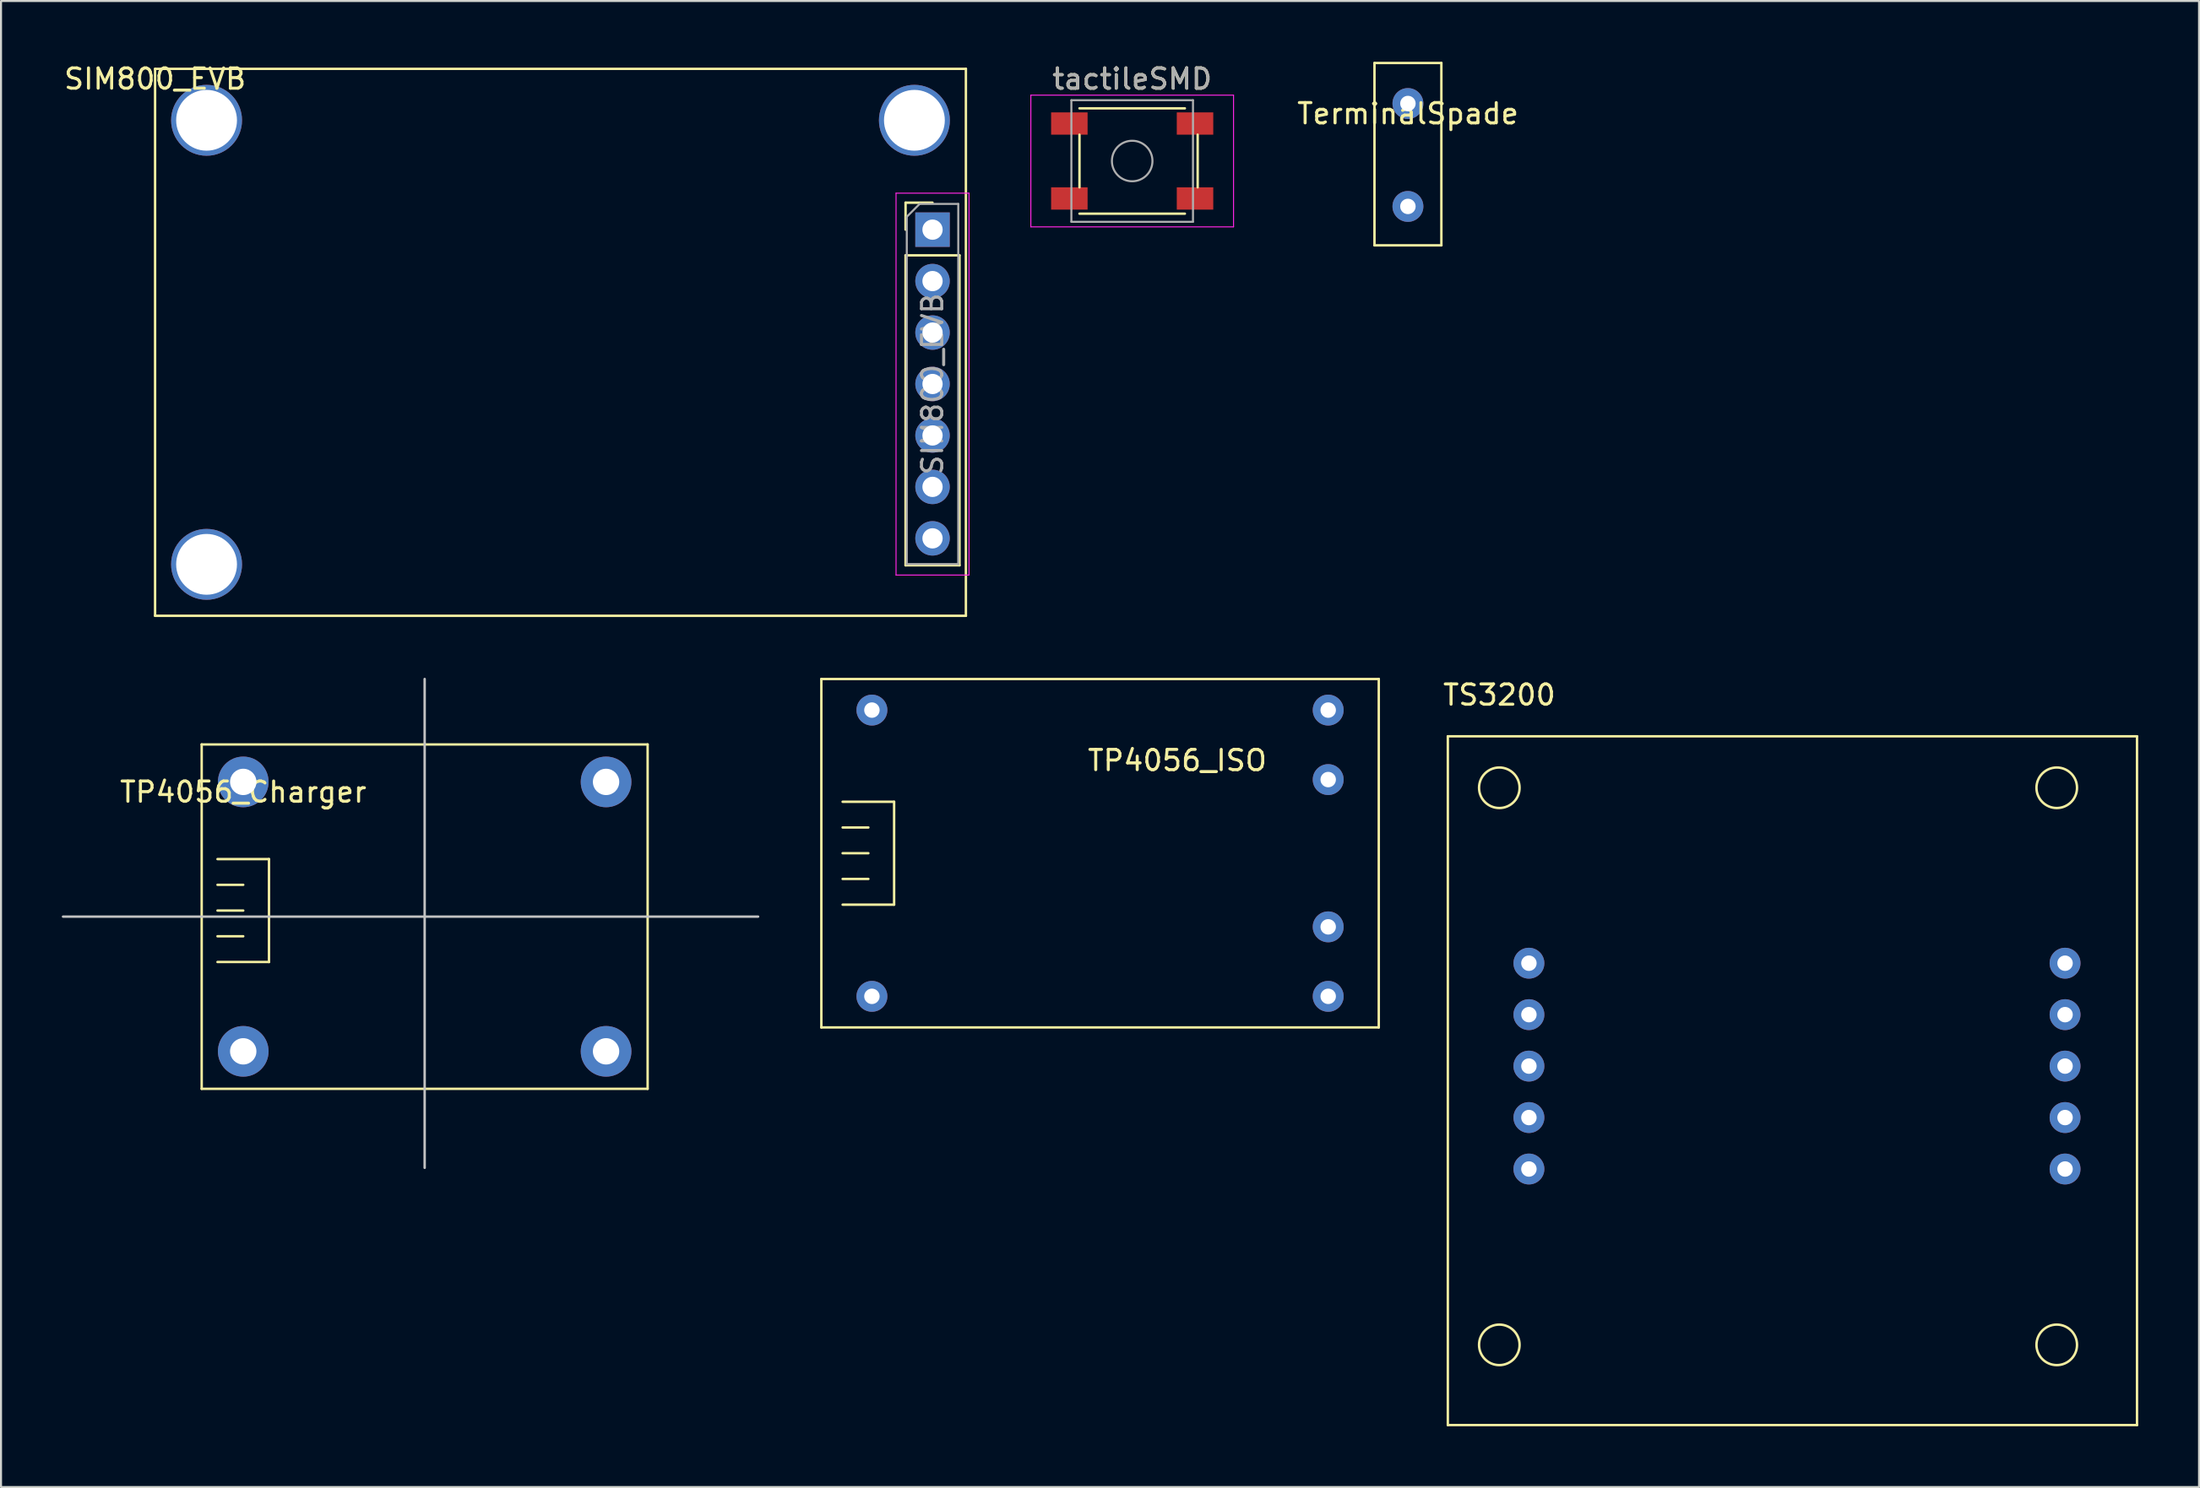
<source format=kicad_pcb>
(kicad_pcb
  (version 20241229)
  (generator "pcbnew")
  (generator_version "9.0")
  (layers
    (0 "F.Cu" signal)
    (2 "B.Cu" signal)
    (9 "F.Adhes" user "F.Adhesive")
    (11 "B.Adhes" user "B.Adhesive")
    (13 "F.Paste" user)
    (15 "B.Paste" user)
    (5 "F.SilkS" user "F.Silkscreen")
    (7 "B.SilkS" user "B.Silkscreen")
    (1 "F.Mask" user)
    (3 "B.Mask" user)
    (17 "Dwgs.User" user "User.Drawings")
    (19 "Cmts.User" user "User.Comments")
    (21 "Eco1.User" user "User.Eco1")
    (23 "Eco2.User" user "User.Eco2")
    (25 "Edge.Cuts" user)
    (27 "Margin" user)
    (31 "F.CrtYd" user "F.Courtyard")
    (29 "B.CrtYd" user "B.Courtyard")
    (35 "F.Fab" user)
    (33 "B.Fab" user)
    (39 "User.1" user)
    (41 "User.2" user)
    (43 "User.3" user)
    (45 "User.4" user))
  (footprint "SIM800_EVB"
    (layer "F.Cu")
    (at 4.601 0.348)
    (property "Reference" "SIM800_EVB" (at 0 0.5 0) (layer "F.SilkS") (effects (font (size 1 1) (thickness 0.15))))
    (attr through_hole)
    (fp_line (start 0 0) (end 0 27) (stroke (width 0.12) (type solid)) (layer "F.SilkS"))
    (fp_line (start 0 0) (end 40 0) (stroke (width 0.12) (type solid)) (layer "F.SilkS"))
    (fp_line (start 0 27) (end 40 27) (stroke (width 0.12) (type solid)) (layer "F.SilkS"))
    (fp_line (start 37.024 6.607) (end 38.354 6.607) (stroke (width 0.12) (type solid)) (layer "F.SilkS"))
    (fp_line (start 37.024 7.938) (end 37.024 6.607) (stroke (width 0.12) (type solid)) (layer "F.SilkS"))
    (fp_line (start 37.024 9.207) (end 37.024 24.508) (stroke (width 0.12) (type solid)) (layer "F.SilkS"))
    (fp_line (start 37.024 9.207) (end 39.684 9.207) (stroke (width 0.12) (type solid)) (layer "F.SilkS"))
    (fp_line (start 37.024 24.508) (end 39.684 24.508) (stroke (width 0.12) (type solid)) (layer "F.SilkS"))
    (fp_line (start 39.684 9.207) (end 39.684 24.508) (stroke (width 0.12) (type solid)) (layer "F.SilkS"))
    (fp_line (start 40 0) (end 40 27) (stroke (width 0.12) (type solid)) (layer "F.SilkS"))
    (fp_line (start 36.554 6.138) (end 36.554 24.988) (stroke (width 0.05) (type solid)) (layer "F.CrtYd"))
    (fp_line (start 36.554 24.988) (end 40.154 24.988) (stroke (width 0.05) (type solid)) (layer "F.CrtYd"))
    (fp_line (start 40.154 6.138) (end 36.554 6.138) (stroke (width 0.05) (type solid)) (layer "F.CrtYd"))
    (fp_line (start 40.154 24.988) (end 40.154 6.138) (stroke (width 0.05) (type solid)) (layer "F.CrtYd"))
    (fp_line (start 37.084 7.303) (end 37.719 6.668) (stroke (width 0.1) (type solid)) (layer "F.Fab"))
    (fp_line (start 37.084 24.448) (end 37.084 7.303) (stroke (width 0.1) (type solid)) (layer "F.Fab"))
    (fp_line (start 37.719 6.668) (end 39.624 6.668) (stroke (width 0.1) (type solid)) (layer "F.Fab"))
    (fp_line (start 39.624 6.668) (end 39.624 24.448) (stroke (width 0.1) (type solid)) (layer "F.Fab"))
    (fp_line (start 39.624 24.448) (end 37.084 24.448) (stroke (width 0.1) (type solid)) (layer "F.Fab"))
    (fp_text user "${REFERENCE}" (at 38.354 15.557 90) (layer "F.Fab") (effects (font (size 1 1) (thickness 0.15))))
    (pad "" np_thru_hole circle (at 2.54 2.54) (size 3.5 3.5) (drill 3) (layers "*.Cu" "*.Mask"))
    (pad "" np_thru_hole circle (at 2.54 24.46) (size 3.5 3.5) (drill 3) (layers "*.Cu" "*.Mask"))
    (pad "" np_thru_hole circle (at 37.46 2.54) (size 3.5 3.5) (drill 3) (layers "*.Cu" "*.Mask"))
    (pad "1" thru_hole rect (at 38.354 7.938) (size 1.7 1.7) (drill 1) (layers "*.Cu" "*.Mask"))
    (pad "2" thru_hole oval (at 38.354 10.477) (size 1.7 1.7) (drill 1) (layers "*.Cu" "*.Mask"))
    (pad "3" thru_hole oval (at 38.354 13.018) (size 1.7 1.7) (drill 1) (layers "*.Cu" "*.Mask"))
    (pad "4" thru_hole oval (at 38.354 15.557) (size 1.7 1.7) (drill 1) (layers "*.Cu" "*.Mask"))
    (pad "5" thru_hole oval (at 38.354 18.098) (size 1.7 1.7) (drill 1) (layers "*.Cu" "*.Mask"))
    (pad "6" thru_hole oval (at 38.354 20.637) (size 1.7 1.7) (drill 1) (layers "*.Cu" "*.Mask"))
    (pad "7" thru_hole oval (at 38.354 23.177) (size 1.7 1.7) (drill 1) (layers "*.Cu" "*.Mask")))
  (footprint "TP4056_ISO"
    (layer "F.Cu")
    (at 51.22 39.068)
    (property "Reference" "TP4056_ISO" (at 3.81 -4.58 0) (layer "F.SilkS") (effects (font (size 1 1) (thickness 0.15))))
    (attr through_hole)
    (fp_line (start -13.75 -8.6) (end -13.75 8.6) (stroke (width 0.12) (type solid)) (layer "F.SilkS"))
    (fp_line (start -12.7 -2.54) (end -10.16 -2.54) (stroke (width 0.12) (type solid)) (layer "F.SilkS"))
    (fp_line (start -12.7 -1.27) (end -11.43 -1.27) (stroke (width 0.12) (type solid)) (layer "F.SilkS"))
    (fp_line (start -12.7 0) (end -11.43 0) (stroke (width 0.12) (type solid)) (layer "F.SilkS"))
    (fp_line (start -12.7 1.27) (end -11.43 1.27) (stroke (width 0.12) (type solid)) (layer "F.SilkS"))
    (fp_line (start -10.16 -2.54) (end -10.16 2.54) (stroke (width 0.12) (type solid)) (layer "F.SilkS"))
    (fp_line (start -10.16 2.54) (end -12.7 2.54) (stroke (width 0.12) (type solid)) (layer "F.SilkS"))
    (fp_line (start 13.75 -8.6) (end -13.75 -8.6) (stroke (width 0.12) (type solid)) (layer "F.SilkS"))
    (fp_line (start 13.75 8.6) (end -13.75 8.6) (stroke (width 0.12) (type solid)) (layer "F.SilkS"))
    (fp_line (start 13.75 8.6) (end 13.75 -8.6) (stroke (width 0.12) (type solid)) (layer "F.SilkS"))
    (pad "+BAT" thru_hole circle (at 11.255 -3.635) (size 1.524 1.524) (drill 0.762) (layers "*.Cu" "*.Mask"))
    (pad "+IN" thru_hole circle (at -11.255 -7.065) (size 1.524 1.524) (drill 0.762) (layers "*.Cu" "*.Mask"))
    (pad "+OUT" thru_hole circle (at 11.255 -7.065) (size 1.524 1.524) (drill 0.762) (layers "*.Cu" "*.Mask"))
    (pad "-BAT" thru_hole circle (at 11.255 3.635) (size 1.524 1.524) (drill 0.762) (layers "*.Cu" "*.Mask"))
    (pad "-IN" thru_hole circle (at -11.255 7.065) (size 1.524 1.524) (drill 0.762) (layers "*.Cu" "*.Mask"))
    (pad "-OUT" thru_hole circle (at 11.255 7.065) (size 1.524 1.524) (drill 0.762) (layers "*.Cu" "*.Mask")))
  (footprint "TP4056_Charger"
    (layer "F.Cu")
    (at 8.95 35.548)
    (property "Reference" "TP4056_Charger" (at 0 0.5 0) (layer "F.SilkS") (effects (font (size 1 1) (thickness 0.15))))
    (attr through_hole)
    (fp_line (start -2.05 -1.85) (end -2.05 15.15) (stroke (width 0.12) (type solid)) (layer "F.SilkS"))
    (fp_line (start -1.27 3.81) (end 1.27 3.81) (stroke (width 0.12) (type solid)) (layer "F.SilkS"))
    (fp_line (start -1.27 5.08) (end 0 5.08) (stroke (width 0.12) (type solid)) (layer "F.SilkS"))
    (fp_line (start -1.27 6.35) (end 0 6.35) (stroke (width 0.12) (type solid)) (layer "F.SilkS"))
    (fp_line (start -1.27 7.62) (end 0 7.62) (stroke (width 0.12) (type solid)) (layer "F.SilkS"))
    (fp_line (start 1.27 3.81) (end 1.27 8.89) (stroke (width 0.12) (type solid)) (layer "F.SilkS"))
    (fp_line (start 1.27 8.89) (end -1.27 8.89) (stroke (width 0.12) (type solid)) (layer "F.SilkS"))
    (fp_line (start 19.95 -1.85) (end -2.05 -1.85) (stroke (width 0.12) (type solid)) (layer "F.SilkS"))
    (fp_line (start 19.95 -1.85) (end 19.95 15.15) (stroke (width 0.12) (type solid)) (layer "F.SilkS"))
    (fp_line (start 19.95 15.15) (end -2.05 15.15) (stroke (width 0.12) (type solid)) (layer "F.SilkS"))
    (fp_line (start -8.89 6.65) (end 25.4 6.65) (stroke (width 0.12) (type solid)) (layer "Dwgs.User"))
    (fp_line (start 8.95 -5.08) (end 8.95 19.05) (stroke (width 0.12) (type solid)) (layer "Dwgs.User"))
    (pad "+IN" thru_hole circle (at 0 0) (size 2.5 2.5) (drill 1.3) (layers "*.Cu" "*.Mask"))
    (pad "-IN" thru_hole circle (at 0 13.3) (size 2.5 2.5) (drill 1.3) (layers "*.Cu" "*.Mask"))
    (pad "OUT+" thru_hole circle (at 17.9 0) (size 2.5 2.5) (drill 1.3) (layers "*.Cu" "*.Mask"))
    (pad "OUT-" thru_hole circle (at 17.9 13.3) (size 2.5 2.5) (drill 1.3) (layers "*.Cu" "*.Mask")))
  (footprint "TS3200"
    (layer "F.Cu")
    (at 68.377 33.297)
    (property "Reference" "TS3200" (at 2.54 -2.04 0) (layer "F.SilkS") (effects (font (size 1 1) (thickness 0.15))))
    (attr through_hole)
    (fp_line (start 0 0) (end 0 34) (stroke (width 0.12) (type solid)) (layer "F.SilkS"))
    (fp_line (start 0 34) (end 34 34) (stroke (width 0.12) (type solid)) (layer "F.SilkS"))
    (fp_line (start 34 0) (end 0 0) (stroke (width 0.12) (type solid)) (layer "F.SilkS"))
    (fp_line (start 34 34) (end 34 0) (stroke (width 0.12) (type solid)) (layer "F.SilkS"))
    (fp_circle (center 2.54 2.54) (end 3.54 2.54) (stroke (width 0.12) (type solid)) (fill no) (layer "F.SilkS"))
    (fp_circle (center 2.54 30.04) (end 3.54 30.04) (stroke (width 0.12) (type solid)) (fill no) (layer "F.SilkS"))
    (fp_circle (center 30.04 2.54) (end 31.04 2.54) (stroke (width 0.12) (type solid)) (fill no) (layer "F.SilkS"))
    (fp_circle (center 30.04 30.04) (end 31.04 30.04) (stroke (width 0.12) (type solid)) (fill no) (layer "F.SilkS"))
    (pad "1" thru_hole circle (at 4 11.2) (size 1.524 1.524) (drill 0.762) (layers "*.Cu" "*.Mask"))
    (pad "2" thru_hole circle (at 4 13.74) (size 1.524 1.524) (drill 0.762) (layers "*.Cu" "*.Mask"))
    (pad "3" thru_hole circle (at 4 16.28) (size 1.524 1.524) (drill 0.762) (layers "*.Cu" "*.Mask"))
    (pad "4" thru_hole circle (at 4 18.82) (size 1.524 1.524) (drill 0.762) (layers "*.Cu" "*.Mask"))
    (pad "5" thru_hole circle (at 4 21.36) (size 1.524 1.524) (drill 0.762) (layers "*.Cu" "*.Mask"))
    (pad "6" thru_hole circle (at 30.45 21.36) (size 1.524 1.524) (drill 0.762) (layers "*.Cu" "*.Mask"))
    (pad "7" thru_hole circle (at 30.45 18.82) (size 1.524 1.524) (drill 0.762) (layers "*.Cu" "*.Mask"))
    (pad "8" thru_hole circle (at 30.45 16.28) (size 1.524 1.524) (drill 0.762) (layers "*.Cu" "*.Mask"))
    (pad "9" thru_hole circle (at 30.45 13.74) (size 1.524 1.524) (drill 0.762) (layers "*.Cu" "*.Mask"))
    (pad "10" thru_hole circle (at 30.45 11.2) (size 1.524 1.524) (drill 0.762) (layers "*.Cu" "*.Mask")))
  (footprint "tactileSMD"
    (layer "F.Cu")
    (at 52.805 4.898)
    (property "Reference" "tactileSMD" (at 0 -4.05 0) (layer "F.SilkS") (effects (font (size 1 1) (thickness 0.15))))
    (attr smd)
    (fp_line (start -2.6 -2.6) (end 2.6 -2.6) (stroke (width 0.12) (type solid)) (layer "F.SilkS"))
    (fp_line (start -2.6 -1.3) (end -2.6 1.3) (stroke (width 0.12) (type solid)) (layer "F.SilkS"))
    (fp_line (start -2.6 2.6) (end 2.6 2.6) (stroke (width 0.12) (type solid)) (layer "F.SilkS"))
    (fp_line (start 3.23 -1.3) (end 3.23 1.3) (stroke (width 0.12) (type solid)) (layer "F.SilkS"))
    (fp_line (start -5 -3.25) (end -5 3.25) (stroke (width 0.05) (type solid)) (layer "F.CrtYd"))
    (fp_line (start -5 -3.25) (end 5 -3.25) (stroke (width 0.05) (type solid)) (layer "F.CrtYd"))
    (fp_line (start -5 3.25) (end 5 3.25) (stroke (width 0.05) (type solid)) (layer "F.CrtYd"))
    (fp_line (start 5 3.25) (end 5 -3.25) (stroke (width 0.05) (type solid)) (layer "F.CrtYd"))
    (fp_line (start -3 -3) (end -3 3) (stroke (width 0.1) (type solid)) (layer "F.Fab"))
    (fp_line (start -3 3) (end 3 3) (stroke (width 0.1) (type solid)) (layer "F.Fab"))
    (fp_line (start 3 -3) (end -3 -3) (stroke (width 0.1) (type solid)) (layer "F.Fab"))
    (fp_line (start 3 3) (end 3 -3) (stroke (width 0.1) (type solid)) (layer "F.Fab"))
    (fp_circle (center 0 0) (end 1 0) (stroke (width 0.1) (type solid)) (fill no) (layer "F.Fab"))
    (fp_text user "${REFERENCE}" (at 0 -4.05 0) (layer "F.Fab") (effects (font (size 1 1) (thickness 0.15))))
    (pad "1" smd rect (at -3.1 -1.85) (size 1.8 1.1) (layers "F.Cu" "F.Mask" "F.Paste"))
    (pad "1" smd rect (at 3.1 -1.85) (size 1.8 1.1) (layers "F.Cu" "F.Mask" "F.Paste"))
    (pad "2" smd rect (at -3.1 1.85) (size 1.8 1.1) (layers "F.Cu" "F.Mask" "F.Paste"))
    (pad "2" smd rect (at 3.1 1.85) (size 1.8 1.1) (layers "F.Cu" "F.Mask" "F.Paste")))
  (footprint "TerminalSpade"
    (layer "F.Cu")
    (at 66.408 2.06)
    (property "Reference" "TerminalSpade" (at 0 0.5 0) (layer "F.SilkS") (effects (font (size 1 1) (thickness 0.15))))
    (attr through_hole)
    (fp_line (start -1.65 -2) (end -1.65 7) (stroke (width 0.12) (type solid)) (layer "F.SilkS"))
    (fp_line (start 1.65 -2) (end -1.65 -2) (stroke (width 0.12) (type solid)) (layer "F.SilkS"))
    (fp_line (start 1.65 -2) (end 1.65 7) (stroke (width 0.12) (type solid)) (layer "F.SilkS"))
    (fp_line (start 1.65 7) (end -1.65 7) (stroke (width 0.12) (type solid)) (layer "F.SilkS"))
    (pad "1" thru_hole circle (at 0 0) (size 1.524 1.524) (drill 0.762) (layers "*.Cu" "*.Mask"))
    (pad "2" thru_hole circle (at 0 5.08) (size 1.524 1.524) (drill 0.762) (layers "*.Cu" "*.Mask")))
  (gr_rect
    (start -3 -3)
    (end 105.437 70.356)
    (stroke (width 0.1) (type default))
    (fill no)
    (layer "Edge.Cuts")))
</source>
